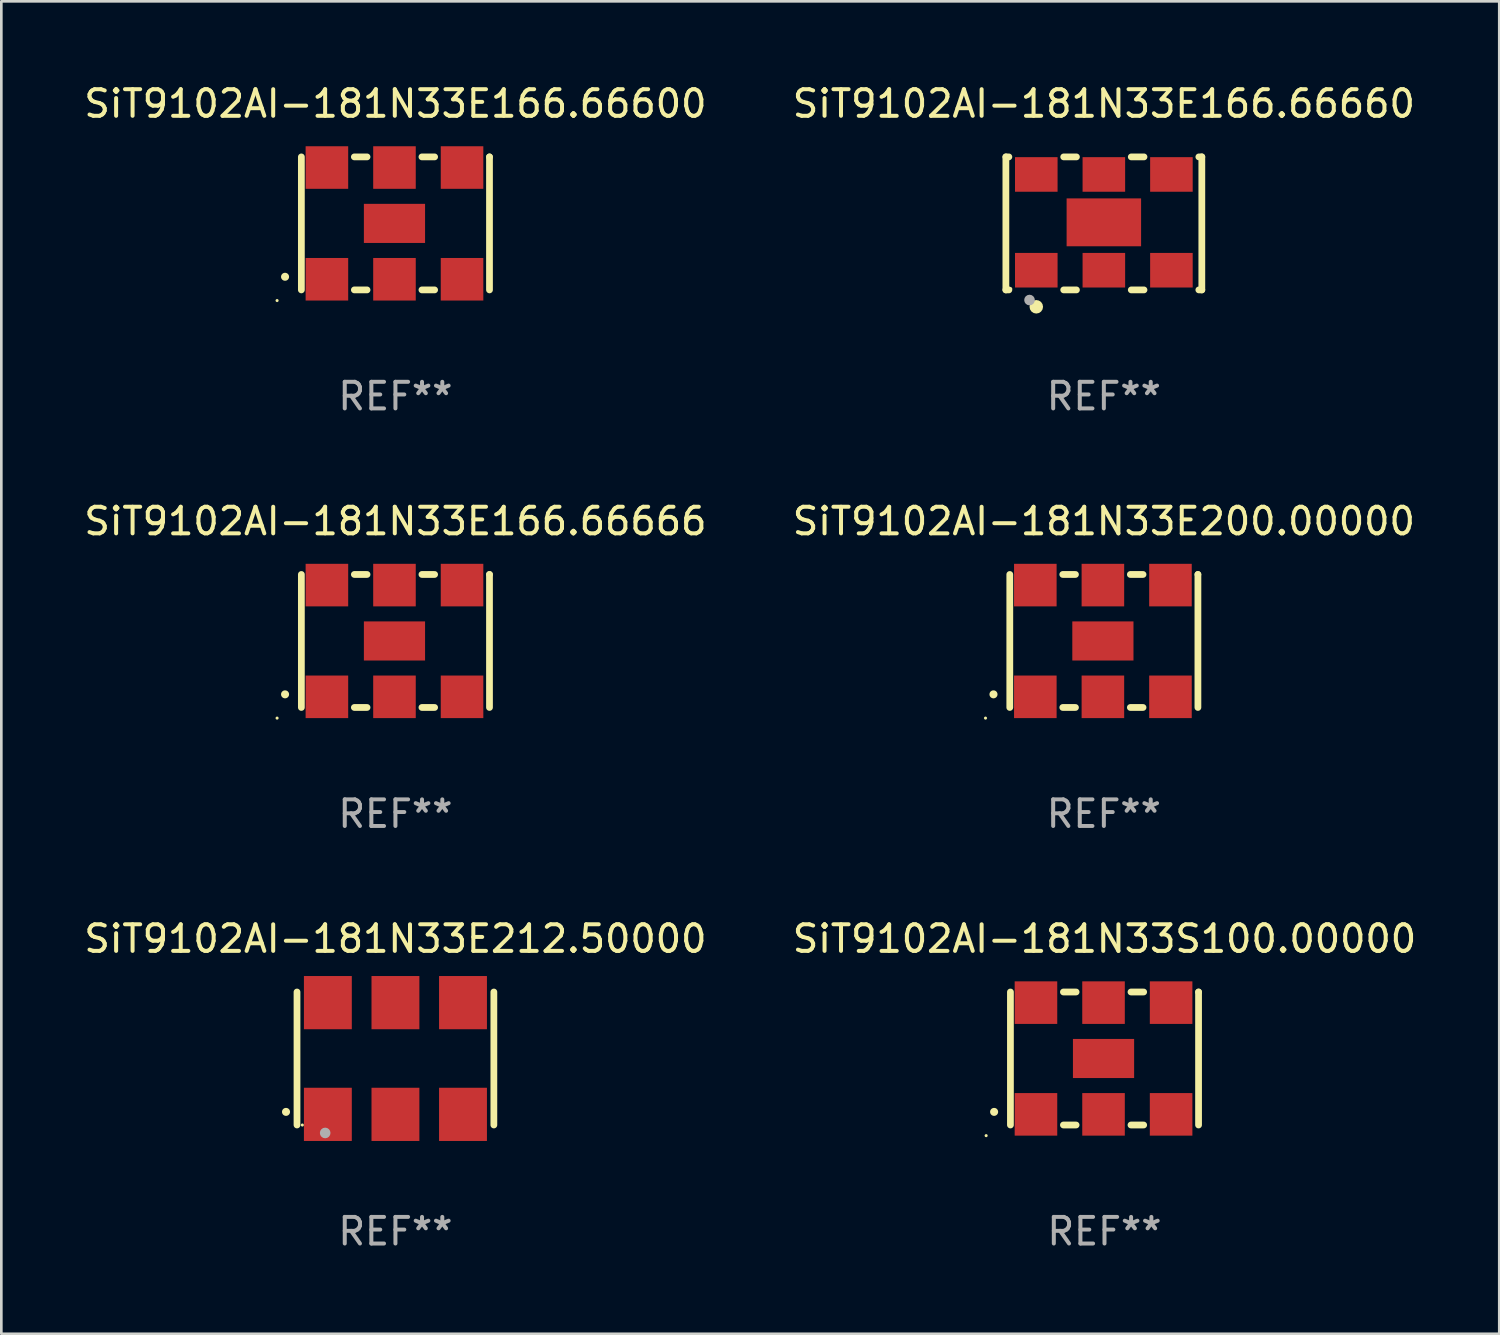
<source format=kicad_pcb>
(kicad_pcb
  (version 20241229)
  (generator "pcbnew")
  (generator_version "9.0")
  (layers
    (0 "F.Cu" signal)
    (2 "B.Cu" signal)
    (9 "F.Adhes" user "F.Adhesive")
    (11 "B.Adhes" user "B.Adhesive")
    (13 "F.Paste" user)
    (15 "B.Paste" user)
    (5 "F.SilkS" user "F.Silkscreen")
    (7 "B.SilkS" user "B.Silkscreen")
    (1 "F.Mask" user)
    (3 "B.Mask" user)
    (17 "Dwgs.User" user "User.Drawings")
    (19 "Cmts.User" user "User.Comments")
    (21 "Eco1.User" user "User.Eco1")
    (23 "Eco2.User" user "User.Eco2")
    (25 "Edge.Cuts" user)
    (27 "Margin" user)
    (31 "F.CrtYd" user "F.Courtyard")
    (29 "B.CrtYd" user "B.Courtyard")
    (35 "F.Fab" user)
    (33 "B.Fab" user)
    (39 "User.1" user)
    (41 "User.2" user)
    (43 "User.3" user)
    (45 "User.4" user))
  (footprint "SiT9102AI-181N33E166.66666"
    (layer "F.Cu")
    (at 11.815 21.045)
    (property "Reference" "SiT9102AI-181N33E166.66666" (at 0 -4.5 0) (layer "F.SilkS") (effects (font (size 1 1) (thickness 0.15))))
    (attr through_hole)
    (fp_line (start -3.536 -2.5) (end -3.536 2.5) (stroke (width 0.254) (type solid)) (layer "F.SilkS"))
    (fp_line (start -1.544 2.5) (end -1.067 2.5) (stroke (width 0.254) (type solid)) (layer "F.SilkS"))
    (fp_line (start -1.067 -2.5) (end -1.544 -2.5) (stroke (width 0.254) (type solid)) (layer "F.SilkS"))
    (fp_line (start 0.996 2.5) (end 1.473 2.5) (stroke (width 0.254) (type solid)) (layer "F.SilkS"))
    (fp_line (start 1.473 -2.5) (end 0.996 -2.5) (stroke (width 0.254) (type solid)) (layer "F.SilkS"))
    (fp_line (start 3.536 -2.5) (end 3.536 -2.5) (stroke (width 0.254) (type solid)) (layer "F.SilkS"))
    (fp_line (start 3.536 2.5) (end 3.536 -2.5) (stroke (width 0.254) (type solid)) (layer "F.SilkS"))
    (fp_arc (start -4.150432 2.006604) (mid -4.149162 2.006599) (end -4.147892 2.006604) (stroke (width 0.3) (type solid)) (layer "F.SilkS"))
    (fp_circle (center -4.449 2.9) (end -4.419 2.9) (stroke (width 0.06) (type solid)) (fill no) (layer "F.SilkS"))
    (fp_text user "REF**" (at 0 6.5 0) (layer "F.Fab") (effects (font (size 1 1) (thickness 0.15))))
    (pad "1" smd rect (at -2.576 2.1) (size 1.6 1.6) (layers "F.Cu" "F.Mask" "F.Paste"))
    (pad "2" smd rect (at -0.036 2.1) (size 1.6 1.6) (layers "F.Cu" "F.Mask" "F.Paste"))
    (pad "3" smd rect (at 2.504 2.1) (size 1.6 1.6) (layers "F.Cu" "F.Mask" "F.Paste"))
    (pad "4" smd rect (at 2.504 -2.1) (size 1.6 1.6) (layers "F.Cu" "F.Mask" "F.Paste"))
    (pad "5" smd rect (at -0.036 -2.1) (size 1.6 1.6) (layers "F.Cu" "F.Mask" "F.Paste"))
    (pad "6" smd rect (at -2.576 -2.1) (size 1.6 1.6) (layers "F.Cu" "F.Mask" "F.Paste"))
    (pad "7" smd rect (at -0.036 0) (size 2.3 1.47) (layers "F.Cu" "F.Mask" "F.Paste")))
  (footprint "SiT9102AI-181N33E200.00000"
    (layer "F.Cu")
    (at 38.446 21.045)
    (property "Reference" "SiT9102AI-181N33E200.00000" (at 0 -4.5 0) (layer "F.SilkS") (effects (font (size 1 1) (thickness 0.15))))
    (attr through_hole)
    (fp_line (start -3.536 -2.5) (end -3.536 2.5) (stroke (width 0.254) (type solid)) (layer "F.SilkS"))
    (fp_line (start -1.544 2.5) (end -1.067 2.5) (stroke (width 0.254) (type solid)) (layer "F.SilkS"))
    (fp_line (start -1.067 -2.5) (end -1.544 -2.5) (stroke (width 0.254) (type solid)) (layer "F.SilkS"))
    (fp_line (start 0.996 2.5) (end 1.473 2.5) (stroke (width 0.254) (type solid)) (layer "F.SilkS"))
    (fp_line (start 1.473 -2.5) (end 0.996 -2.5) (stroke (width 0.254) (type solid)) (layer "F.SilkS"))
    (fp_line (start 3.536 -2.5) (end 3.536 -2.5) (stroke (width 0.254) (type solid)) (layer "F.SilkS"))
    (fp_line (start 3.536 2.5) (end 3.536 -2.5) (stroke (width 0.254) (type solid)) (layer "F.SilkS"))
    (fp_arc (start -4.150432 2.006604) (mid -4.149162 2.006599) (end -4.147892 2.006604) (stroke (width 0.3) (type solid)) (layer "F.SilkS"))
    (fp_circle (center -4.449 2.9) (end -4.419 2.9) (stroke (width 0.06) (type solid)) (fill no) (layer "F.SilkS"))
    (fp_text user "REF**" (at 0 6.5 0) (layer "F.Fab") (effects (font (size 1 1) (thickness 0.15))))
    (pad "1" smd rect (at -2.576 2.1) (size 1.6 1.6) (layers "F.Cu" "F.Mask" "F.Paste"))
    (pad "2" smd rect (at -0.036 2.1) (size 1.6 1.6) (layers "F.Cu" "F.Mask" "F.Paste"))
    (pad "3" smd rect (at 2.504 2.1) (size 1.6 1.6) (layers "F.Cu" "F.Mask" "F.Paste"))
    (pad "4" smd rect (at 2.504 -2.1) (size 1.6 1.6) (layers "F.Cu" "F.Mask" "F.Paste"))
    (pad "5" smd rect (at -0.036 -2.1) (size 1.6 1.6) (layers "F.Cu" "F.Mask" "F.Paste"))
    (pad "6" smd rect (at -2.576 -2.1) (size 1.6 1.6) (layers "F.Cu" "F.Mask" "F.Paste"))
    (pad "7" smd rect (at -0.036 0) (size 2.3 1.47) (layers "F.Cu" "F.Mask" "F.Paste")))
  (footprint "SiT9102AI-181N33E212.50000"
    (layer "F.Cu")
    (at 11.815 36.741)
    (property "Reference" "SiT9102AI-181N33E212.50000" (at 0 -4.5 0) (layer "F.SilkS") (effects (font (size 1 1) (thickness 0.15))))
    (attr through_hole)
    (fp_line (start -3.7 -2.5) (end -3.7 2.5) (stroke (width 0.254) (type solid)) (layer "F.SilkS"))
    (fp_line (start 3.7 -2.5) (end 3.7 2.5) (stroke (width 0.254) (type solid)) (layer "F.SilkS"))
    (fp_arc (start -4.114415 2.006604) (mid -4.113145 2.006599) (end -4.111875 2.006604) (stroke (width 0.3) (type solid)) (layer "F.SilkS"))
    (fp_circle (center -3.5 2.501) (end -3.47 2.501) (stroke (width 0.06) (type solid)) (fill no) (layer "F.SilkS"))
    (fp_circle (center -2.641 2.799) (end -2.541 2.799) (stroke (width 0.2) (type solid)) (fill no) (layer "F.Fab"))
    (fp_text user "REF**" (at 0 6.5 0) (layer "F.Fab") (effects (font (size 1 1) (thickness 0.15))))
    (pad "1" smd rect (at -2.54 2.1) (size 1.8 2) (layers "F.Cu" "F.Mask" "F.Paste"))
    (pad "2" smd rect (at 0.000394 2.1) (size 1.8 2) (layers "F.Cu" "F.Mask" "F.Paste"))
    (pad "3" smd rect (at 2.54 2.1) (size 1.8 2) (layers "F.Cu" "F.Mask" "F.Paste"))
    (pad "4" smd rect (at 2.54 -2.1) (size 1.8 2) (layers "F.Cu" "F.Mask" "F.Paste"))
    (pad "5" smd rect (at 0.000394 -2.1) (size 1.8 2) (layers "F.Cu" "F.Mask" "F.Paste"))
    (pad "6" smd rect (at -2.54 -2.1) (size 1.8 2) (layers "F.Cu" "F.Mask" "F.Paste")))
  (footprint "SiT9102AI-181N33E166.66660"
    (layer "F.Cu")
    (at 38.446 5.348)
    (property "Reference" "SiT9102AI-181N33E166.66660" (at 0 -4.5 0) (layer "F.SilkS") (effects (font (size 1 1) (thickness 0.15))))
    (attr through_hole)
    (fp_line (start -3.683 -2.5) (end -3.571 -2.5) (stroke (width 0.254) (type solid)) (layer "F.SilkS"))
    (fp_line (start -3.683 2.5) (end -3.683 -2.5) (stroke (width 0.254) (type solid)) (layer "F.SilkS"))
    (fp_line (start -3.683 2.5) (end -3.571 2.5) (stroke (width 0.254) (type solid)) (layer "F.SilkS"))
    (fp_line (start -1.509 -2.5) (end -1.031 -2.5) (stroke (width 0.254) (type solid)) (layer "F.SilkS"))
    (fp_line (start -1.509 2.5) (end -1.031 2.5) (stroke (width 0.254) (type solid)) (layer "F.SilkS"))
    (fp_line (start 1.031 -2.5) (end 1.509 -2.5) (stroke (width 0.254) (type solid)) (layer "F.SilkS"))
    (fp_line (start 1.031 2.5) (end 1.509 2.5) (stroke (width 0.254) (type solid)) (layer "F.SilkS"))
    (fp_line (start 3.571 -2.5) (end 3.683 -2.5) (stroke (width 0.254) (type solid)) (layer "F.SilkS"))
    (fp_line (start 3.571 2.5) (end 3.683 2.5) (stroke (width 0.254) (type solid)) (layer "F.SilkS"))
    (fp_line (start 3.683 2.5) (end 3.683 -2.5) (stroke (width 0.254) (type solid)) (layer "F.SilkS"))
    (fp_circle (center -3.5 2.46) (end -3.47 2.46) (stroke (width 0.06) (type solid)) (fill no) (layer "F.SilkS"))
    (fp_circle (center -2.54 3.135) (end -2.413 3.135) (stroke (width 0.254) (type solid)) (fill no) (layer "F.SilkS"))
    (fp_circle (center -2.794 2.881) (end -2.694 2.881) (stroke (width 0.2) (type solid)) (fill no) (layer "F.Fab"))
    (fp_text user "REF**" (at 0 6.5 0) (layer "F.Fab") (effects (font (size 1 1) (thickness 0.15))))
    (pad "1" smd rect (at -2.54 1.76) (size 1.6 1.3) (layers "F.Cu" "F.Mask" "F.Paste"))
    (pad "2" smd rect (at 0 1.76) (size 1.6 1.3) (layers "F.Cu" "F.Mask" "F.Paste"))
    (pad "3" smd rect (at 2.54 1.76) (size 1.6 1.3) (layers "F.Cu" "F.Mask" "F.Paste"))
    (pad "4" smd rect (at 2.54 -1.84) (size 1.6 1.3) (layers "F.Cu" "F.Mask" "F.Paste"))
    (pad "5" smd rect (at 0 -1.84) (size 1.6 1.3) (layers "F.Cu" "F.Mask" "F.Paste"))
    (pad "6" smd rect (at -2.54 -1.84) (size 1.6 1.3) (layers "F.Cu" "F.Mask" "F.Paste"))
    (pad "7" smd rect (at 0 -0.04) (size 2.8 1.8) (layers "F.Cu" "F.Mask" "F.Paste")))
  (footprint "SiT9102AI-181N33E166.66600"
    (layer "F.Cu")
    (at 11.815 5.348)
    (property "Reference" "SiT9102AI-181N33E166.66600" (at 0 -4.5 0) (layer "F.SilkS") (effects (font (size 1 1) (thickness 0.15))))
    (attr through_hole)
    (fp_line (start -3.536 -2.5) (end -3.536 2.5) (stroke (width 0.254) (type solid)) (layer "F.SilkS"))
    (fp_line (start -1.544 2.5) (end -1.067 2.5) (stroke (width 0.254) (type solid)) (layer "F.SilkS"))
    (fp_line (start -1.067 -2.5) (end -1.544 -2.5) (stroke (width 0.254) (type solid)) (layer "F.SilkS"))
    (fp_line (start 0.996 2.5) (end 1.473 2.5) (stroke (width 0.254) (type solid)) (layer "F.SilkS"))
    (fp_line (start 1.473 -2.5) (end 0.996 -2.5) (stroke (width 0.254) (type solid)) (layer "F.SilkS"))
    (fp_line (start 3.536 -2.5) (end 3.536 -2.5) (stroke (width 0.254) (type solid)) (layer "F.SilkS"))
    (fp_line (start 3.536 2.5) (end 3.536 -2.5) (stroke (width 0.254) (type solid)) (layer "F.SilkS"))
    (fp_arc (start -4.150432 2.006604) (mid -4.149162 2.006599) (end -4.147892 2.006604) (stroke (width 0.3) (type solid)) (layer "F.SilkS"))
    (fp_circle (center -4.449 2.9) (end -4.419 2.9) (stroke (width 0.06) (type solid)) (fill no) (layer "F.SilkS"))
    (fp_text user "REF**" (at 0 6.5 0) (layer "F.Fab") (effects (font (size 1 1) (thickness 0.15))))
    (pad "1" smd rect (at -2.576 2.1) (size 1.6 1.6) (layers "F.Cu" "F.Mask" "F.Paste"))
    (pad "2" smd rect (at -0.036 2.1) (size 1.6 1.6) (layers "F.Cu" "F.Mask" "F.Paste"))
    (pad "3" smd rect (at 2.504 2.1) (size 1.6 1.6) (layers "F.Cu" "F.Mask" "F.Paste"))
    (pad "4" smd rect (at 2.504 -2.1) (size 1.6 1.6) (layers "F.Cu" "F.Mask" "F.Paste"))
    (pad "5" smd rect (at -0.036 -2.1) (size 1.6 1.6) (layers "F.Cu" "F.Mask" "F.Paste"))
    (pad "6" smd rect (at -2.576 -2.1) (size 1.6 1.6) (layers "F.Cu" "F.Mask" "F.Paste"))
    (pad "7" smd rect (at -0.036 0) (size 2.3 1.47) (layers "F.Cu" "F.Mask" "F.Paste")))
  (footprint "SiT9102AI-181N33S100.00000"
    (layer "F.Cu")
    (at 38.47 36.741)
    (property "Reference" "SiT9102AI-181N33S100.00000" (at 0 -4.5 0) (layer "F.SilkS") (effects (font (size 1 1) (thickness 0.15))))
    (attr through_hole)
    (fp_line (start -3.536 -2.5) (end -3.536 2.5) (stroke (width 0.254) (type solid)) (layer "F.SilkS"))
    (fp_line (start -1.544 2.5) (end -1.067 2.5) (stroke (width 0.254) (type solid)) (layer "F.SilkS"))
    (fp_line (start -1.067 -2.5) (end -1.544 -2.5) (stroke (width 0.254) (type solid)) (layer "F.SilkS"))
    (fp_line (start 0.996 2.5) (end 1.473 2.5) (stroke (width 0.254) (type solid)) (layer "F.SilkS"))
    (fp_line (start 1.473 -2.5) (end 0.996 -2.5) (stroke (width 0.254) (type solid)) (layer "F.SilkS"))
    (fp_line (start 3.536 -2.5) (end 3.536 -2.5) (stroke (width 0.254) (type solid)) (layer "F.SilkS"))
    (fp_line (start 3.536 2.5) (end 3.536 -2.5) (stroke (width 0.254) (type solid)) (layer "F.SilkS"))
    (fp_arc (start -4.150432 2.006604) (mid -4.149162 2.006599) (end -4.147892 2.006604) (stroke (width 0.3) (type solid)) (layer "F.SilkS"))
    (fp_circle (center -4.449 2.9) (end -4.419 2.9) (stroke (width 0.06) (type solid)) (fill no) (layer "F.SilkS"))
    (fp_text user "REF**" (at 0 6.5 0) (layer "F.Fab") (effects (font (size 1 1) (thickness 0.15))))
    (pad "1" smd rect (at -2.576 2.1) (size 1.6 1.6) (layers "F.Cu" "F.Mask" "F.Paste"))
    (pad "2" smd rect (at -0.036 2.1) (size 1.6 1.6) (layers "F.Cu" "F.Mask" "F.Paste"))
    (pad "3" smd rect (at 2.504 2.1) (size 1.6 1.6) (layers "F.Cu" "F.Mask" "F.Paste"))
    (pad "4" smd rect (at 2.504 -2.1) (size 1.6 1.6) (layers "F.Cu" "F.Mask" "F.Paste"))
    (pad "5" smd rect (at -0.036 -2.1) (size 1.6 1.6) (layers "F.Cu" "F.Mask" "F.Paste"))
    (pad "6" smd rect (at -2.576 -2.1) (size 1.6 1.6) (layers "F.Cu" "F.Mask" "F.Paste"))
    (pad "7" smd rect (at -0.036 0) (size 2.3 1.47) (layers "F.Cu" "F.Mask" "F.Paste")))
  (gr_rect
    (start -3 -3)
    (end 53.31 47.09)
    (stroke (width 0.1) (type default))
    (fill no)
    (layer "Edge.Cuts")))
</source>
